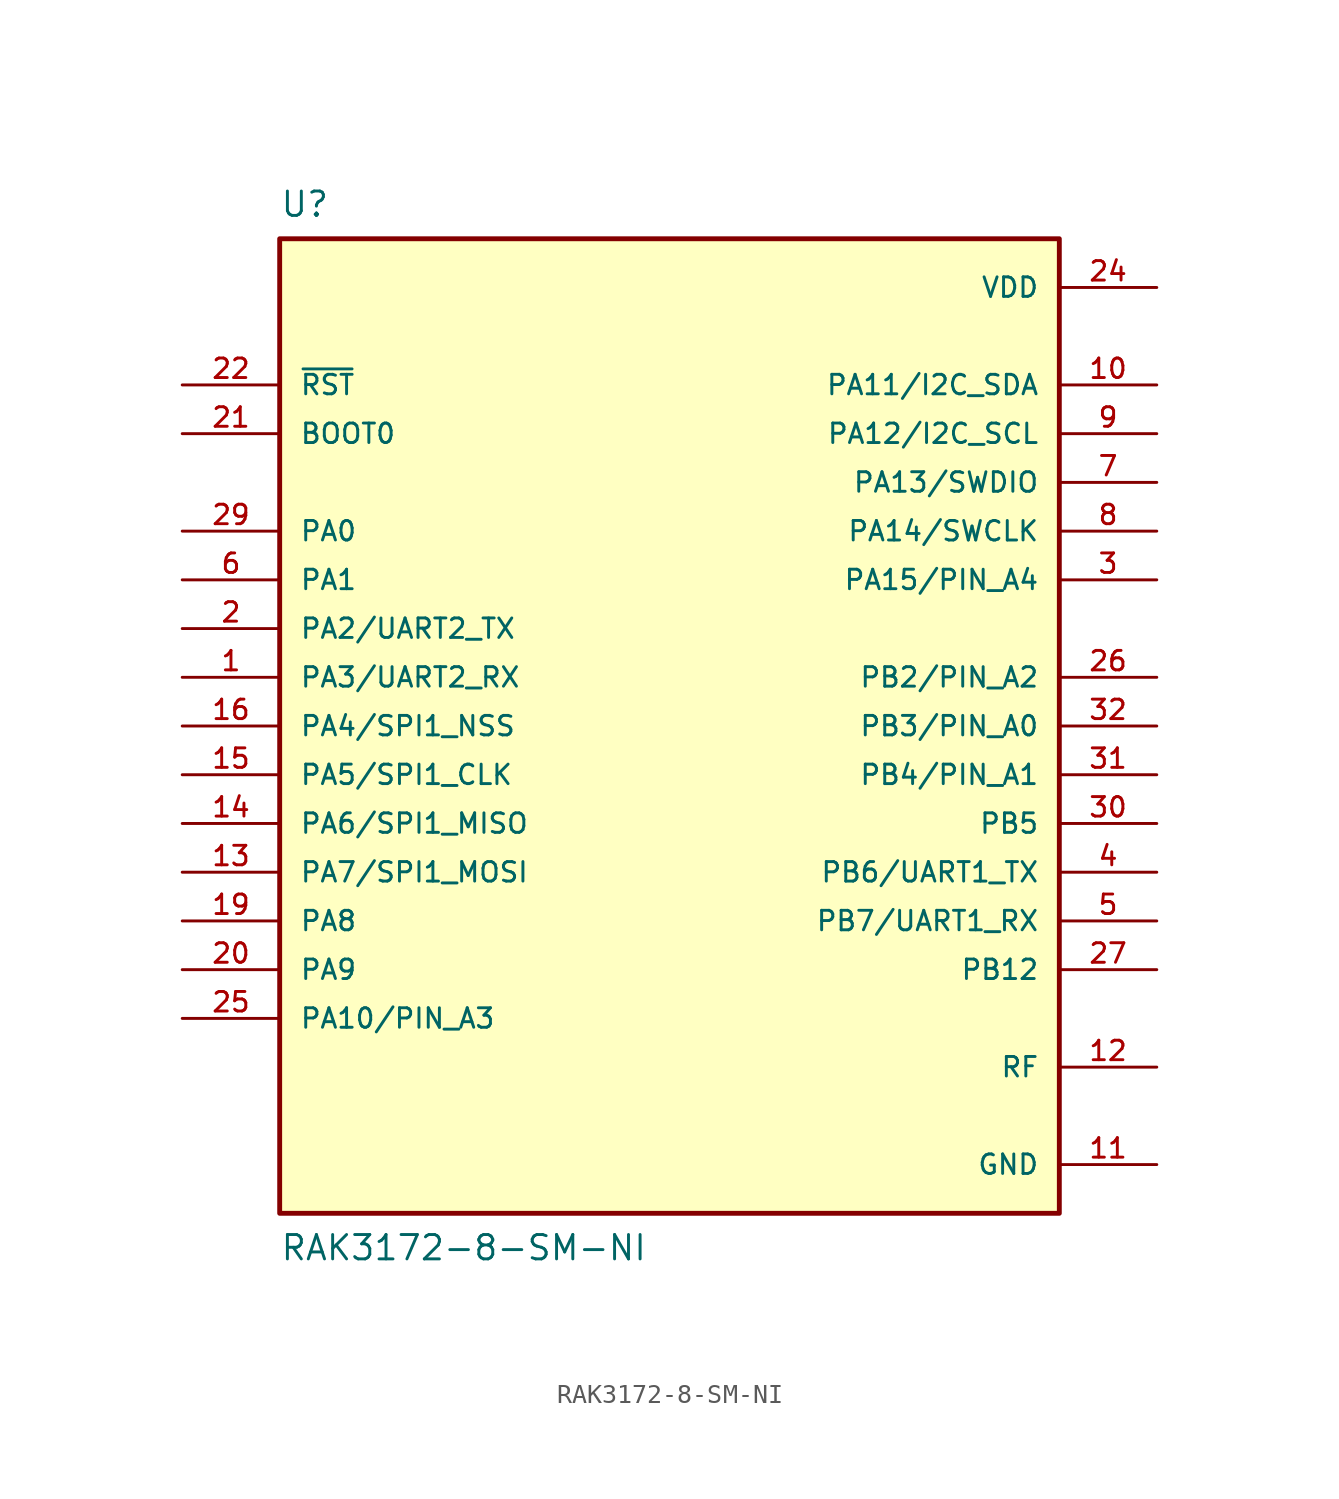
<source format=kicad_sym>
(kicad_symbol_lib
  (version 20211014)
  (generator kicad_symbol_editor)
  (symbol "RAK3172-8-SM-NI"
    (pin_names
      (offset 1.016))
    (property "Reference" "U"
      (at -20.32 27.94 0)
      (effects (font (size 1.27 1.27)) (justify top left)))
    (property "Value" "RAK3172-8-SM-NI"
      (at -20.32 -27.94 0)
      (effects (font (size 1.27 1.27)) (justify bottom left)))
    (symbol "RAK3172-8-SM-NI_0_0"
      (rectangle (start -20.32 -25.4) (end 20.32 25.4) (stroke (width 0.254)) (fill (type background)))
      (pin bidirectional line (at -25.4 2.54 0) (length 5.08) (name "PA3/UART2_RX" (effects (font (size 1.016 1.016)))) (number "1" (effects (font (size 1.016 1.016)))))
      (pin bidirectional line (at -25.4 5.08 0) (length 5.08) (name "PA2/UART2_TX" (effects (font (size 1.016 1.016)))) (number "2" (effects (font (size 1.016 1.016)))))
      (pin bidirectional line (at 25.4 7.62 180.0) (length 5.08) (name "PA15/PIN_A4" (effects (font (size 1.016 1.016)))) (number "3" (effects (font (size 1.016 1.016)))))
      (pin bidirectional line (at 25.4 -7.62 180.0) (length 5.08) (name "PB6/UART1_TX" (effects (font (size 1.016 1.016)))) (number "4" (effects (font (size 1.016 1.016)))))
      (pin bidirectional line (at 25.4 -10.16 180.0) (length 5.08) (name "PB7/UART1_RX" (effects (font (size 1.016 1.016)))) (number "5" (effects (font (size 1.016 1.016)))))
      (pin bidirectional line (at -25.4 7.62 0) (length 5.08) (name "PA1" (effects (font (size 1.016 1.016)))) (number "6" (effects (font (size 1.016 1.016)))))
      (pin bidirectional line (at 25.4 12.7 180.0) (length 5.08) (name "PA13/SWDIO" (effects (font (size 1.016 1.016)))) (number "7" (effects (font (size 1.016 1.016)))))
      (pin bidirectional line (at 25.4 10.16 180.0) (length 5.08) (name "PA14/SWCLK" (effects (font (size 1.016 1.016)))) (number "8" (effects (font (size 1.016 1.016)))))
      (pin bidirectional line (at 25.4 15.24 180.0) (length 5.08) (name "PA12/I2C_SCL" (effects (font (size 1.016 1.016)))) (number "9" (effects (font (size 1.016 1.016)))))
      (pin bidirectional line (at 25.4 17.78 180.0) (length 5.08) (name "PA11/I2C_SDA" (effects (font (size 1.016 1.016)))) (number "10" (effects (font (size 1.016 1.016)))))
      (pin power_in line (at 25.4 -22.86 180.0) (length 5.08) (name "GND" (effects (font (size 1.016 1.016)))) (number "11" (effects (font (size 1.016 1.016)))))
      (pin power_in line (at 25.4 -22.86 180.0) (length 5.08) hide (name "GND" (effects (font (size 1.016 1.016)))) (number "17" (effects (font (size 1.016 1.016)))))
      (pin power_in line (at 25.4 -22.86 180.0) (length 5.08) hide (name "GND" (effects (font (size 1.016 1.016)))) (number "18" (effects (font (size 1.016 1.016)))))
      (pin power_in line (at 25.4 -22.86 180.0) (length 5.08) hide (name "GND" (effects (font (size 1.016 1.016)))) (number "23" (effects (font (size 1.016 1.016)))))
      (pin power_in line (at 25.4 -22.86 180.0) (length 5.08) hide (name "GND" (effects (font (size 1.016 1.016)))) (number "28" (effects (font (size 1.016 1.016)))))
      (pin bidirectional line (at 25.4 -17.78 180.0) (length 5.08) (name "RF" (effects (font (size 1.016 1.016)))) (number "12" (effects (font (size 1.016 1.016)))))
      (pin bidirectional line (at -25.4 -7.62 0) (length 5.08) (name "PA7/SPI1_MOSI" (effects (font (size 1.016 1.016)))) (number "13" (effects (font (size 1.016 1.016)))))
      (pin bidirectional line (at -25.4 -2.54 0) (length 5.08) (name "PA5/SPI1_CLK" (effects (font (size 1.016 1.016)))) (number "15" (effects (font (size 1.016 1.016)))))
      (pin bidirectional line (at -25.4 -5.08 0) (length 5.08) (name "PA6/SPI1_MISO" (effects (font (size 1.016 1.016)))) (number "14" (effects (font (size 1.016 1.016)))))
      (pin bidirectional line (at -25.4 0.0 0) (length 5.08) (name "PA4/SPI1_NSS" (effects (font (size 1.016 1.016)))) (number "16" (effects (font (size 1.016 1.016)))))
      (pin bidirectional line (at -25.4 -10.16 0) (length 5.08) (name "PA8" (effects (font (size 1.016 1.016)))) (number "19" (effects (font (size 1.016 1.016)))))
      (pin bidirectional line (at -25.4 -12.7 0) (length 5.08) (name "PA9" (effects (font (size 1.016 1.016)))) (number "20" (effects (font (size 1.016 1.016)))))
      (pin input line (at -25.4 15.24 0) (length 5.08) (name "BOOT0" (effects (font (size 1.016 1.016)))) (number "21" (effects (font (size 1.016 1.016)))))
      (pin input line (at -25.4 17.78 0) (length 5.08) (name "~{RST}" (effects (font (size 1.016 1.016)))) (number "22" (effects (font (size 1.016 1.016)))))
      (pin power_in line (at 25.4 22.86 180.0) (length 5.08) (name "VDD" (effects (font (size 1.016 1.016)))) (number "24" (effects (font (size 1.016 1.016)))))
      (pin bidirectional line (at -25.4 -15.24 0) (length 5.08) (name "PA10/PIN_A3" (effects (font (size 1.016 1.016)))) (number "25" (effects (font (size 1.016 1.016)))))
      (pin bidirectional line (at 25.4 2.54 180.0) (length 5.08) (name "PB2/PIN_A2" (effects (font (size 1.016 1.016)))) (number "26" (effects (font (size 1.016 1.016)))))
      (pin bidirectional line (at 25.4 -12.7 180.0) (length 5.08) (name "PB12" (effects (font (size 1.016 1.016)))) (number "27" (effects (font (size 1.016 1.016)))))
      (pin bidirectional line (at -25.4 10.16 0) (length 5.08) (name "PA0" (effects (font (size 1.016 1.016)))) (number "29" (effects (font (size 1.016 1.016)))))
      (pin bidirectional line (at 25.4 -5.08 180.0) (length 5.08) (name "PB5" (effects (font (size 1.016 1.016)))) (number "30" (effects (font (size 1.016 1.016)))))
      (pin bidirectional line (at 25.4 -2.54 180.0) (length 5.08) (name "PB4/PIN_A1" (effects (font (size 1.016 1.016)))) (number "31" (effects (font (size 1.016 1.016)))))
      (pin bidirectional line (at 25.4 0.0 180.0) (length 5.08) (name "PB3/PIN_A0" (effects (font (size 1.016 1.016)))) (number "32" (effects (font (size 1.016 1.016))))))))
</source>
